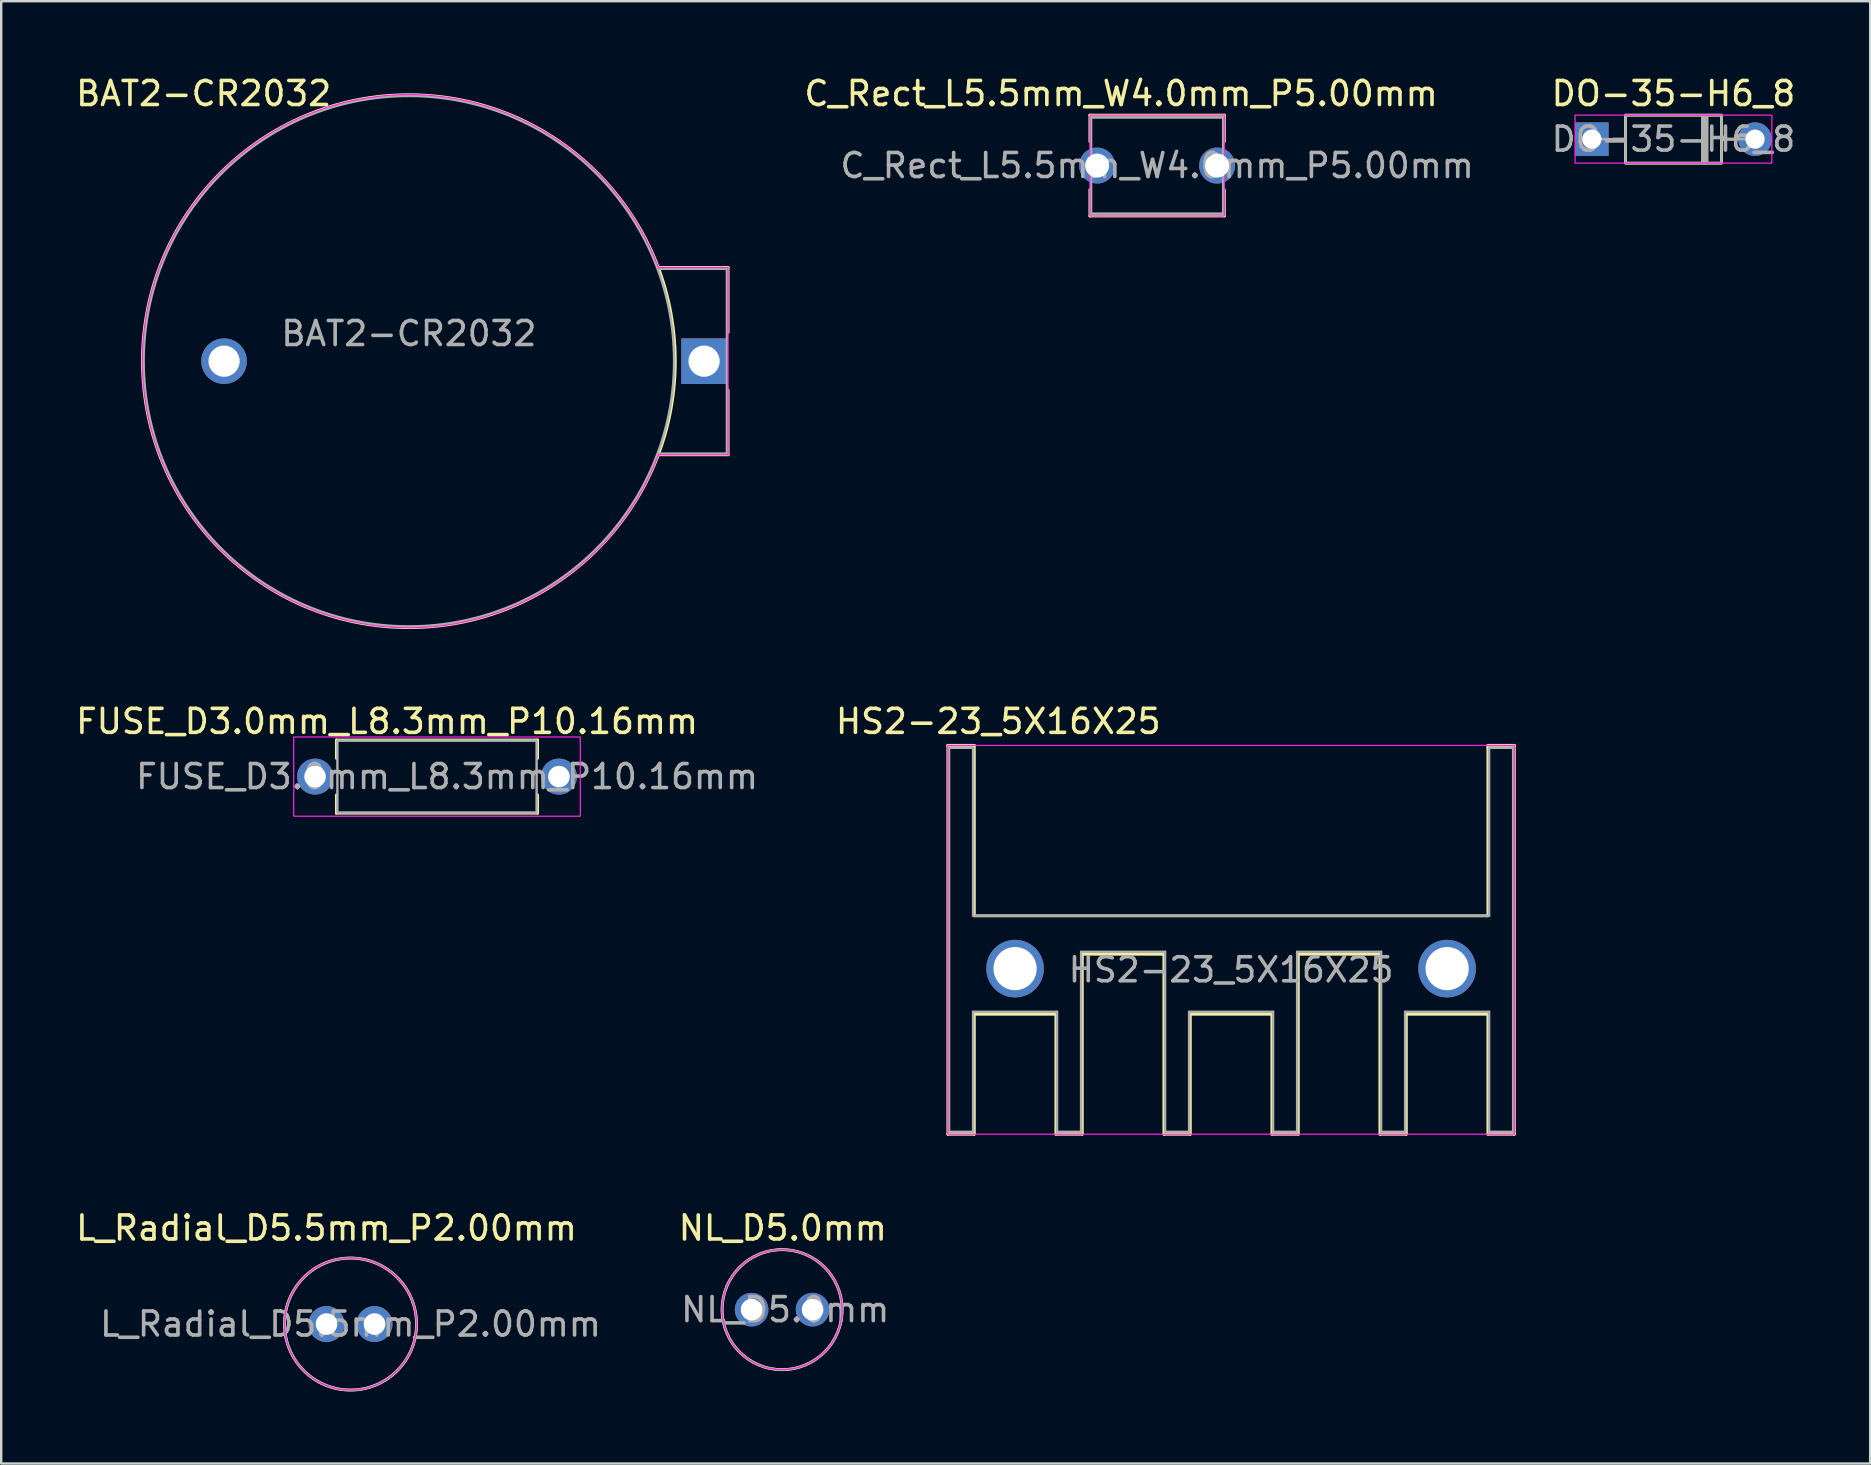
<source format=kicad_pcb>
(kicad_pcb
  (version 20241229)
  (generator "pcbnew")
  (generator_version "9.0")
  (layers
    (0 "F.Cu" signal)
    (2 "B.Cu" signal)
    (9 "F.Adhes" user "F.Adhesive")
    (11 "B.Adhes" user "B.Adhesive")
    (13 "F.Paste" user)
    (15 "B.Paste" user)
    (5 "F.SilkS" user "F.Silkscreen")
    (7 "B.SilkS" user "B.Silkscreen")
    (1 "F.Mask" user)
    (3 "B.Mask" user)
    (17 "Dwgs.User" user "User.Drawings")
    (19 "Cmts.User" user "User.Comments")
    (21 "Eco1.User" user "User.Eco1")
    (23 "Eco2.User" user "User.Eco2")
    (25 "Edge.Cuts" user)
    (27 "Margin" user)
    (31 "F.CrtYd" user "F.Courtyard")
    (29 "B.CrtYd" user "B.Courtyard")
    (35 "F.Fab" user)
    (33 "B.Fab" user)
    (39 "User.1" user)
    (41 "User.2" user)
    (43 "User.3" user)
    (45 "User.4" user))
  (footprint "DO-35-H6_8"
    (layer "F.Cu")
    (at 66.672 2.748)
    (property "Reference" "DO-35-H6_8" (at 0 -1.9 0) (unlocked yes) (layer "F.SilkS") (effects (font (size 1 1) (thickness 0.15))))
    (attr through_hole)
    (fp_line (start -2 0) (end -2.5 0) (stroke (width 0.12) (type solid)) (layer "F.SilkS"))
    (fp_line (start 1.3 -0.9) (end 1.3 0.9) (stroke (width 0.3) (type solid)) (layer "F.SilkS"))
    (fp_line (start 2 0) (end 2.5 0) (stroke (width 0.12) (type solid)) (layer "F.SilkS"))
    (fp_rect (start -2 -1) (end 2 1) (stroke (width 0.12) (type solid)) (fill no) (layer "F.SilkS"))
    (fp_rect (start -4.1 -1) (end 4.1 1) (stroke (width 0.05) (type solid)) (fill no) (layer "F.CrtYd"))
    (fp_line (start -2 0) (end -3.4 0) (stroke (width 0.1) (type solid)) (layer "F.Fab"))
    (fp_line (start 1.3 -0.9) (end 1.3 0.9) (stroke (width 0.3) (type solid)) (layer "F.Fab"))
    (fp_line (start 2 0) (end 3.4 0) (stroke (width 0.1) (type solid)) (layer "F.Fab"))
    (fp_rect (start -2 -1) (end 2 1) (stroke (width 0.1) (type solid)) (fill no) (layer "F.Fab"))
    (fp_text user "${REFERENCE}" (at 0 0 0) (unlocked yes) (layer "F.Fab") (effects (font (size 1 1) (thickness 0.15))))
    (pad "1" thru_hole circle (at 3.4 0) (size 1.4 1.4) (drill 0.8) (layers "*.Cu" "*.Mask") (remove_unused_layers yes) (keep_end_layers yes) (zone_layer_connections))
    (pad "2" thru_hole rect (at -3.4 0) (size 1.4 1.4) (drill 0.8) (layers "*.Cu" "*.Mask") (remove_unused_layers yes) (keep_end_layers yes) (zone_layer_connections)))
  (footprint "BAT2-CR2032"
    (layer "F.Cu")
    (at 13.985 11.998)
    (property "Reference" "BAT2-CR2032" (at -8.55 -11.15 0) (unlocked yes) (layer "F.SilkS") (effects (font (size 1 1) (thickness 0.15))))
    (attr through_hole)
    (fp_line (start 10.4 -3.9) (end 13.3 -3.9) (stroke (width 0.12) (type solid)) (layer "F.SilkS"))
    (fp_line (start 13.3 -3.9) (end 13.3 -1.2) (stroke (width 0.12) (type solid)) (layer "F.SilkS"))
    (fp_line (start 13.3 3.9) (end 10.4 3.9) (stroke (width 0.12) (type solid)) (layer "F.SilkS"))
    (fp_line (start 13.3 3.9) (end 13.3 1.2) (stroke (width 0.12) (type solid)) (layer "F.SilkS"))
    (fp_circle (center 0 0) (end 11.1 0) (stroke (width 0.12) (type solid)) (fill no) (layer "F.SilkS"))
    (fp_line (start 10.4 -3.9) (end 13.3 -3.9) (stroke (width 0.05) (type solid)) (layer "F.CrtYd"))
    (fp_line (start 13.3 -3.9) (end 13.3 3.9) (stroke (width 0.05) (type solid)) (layer "F.CrtYd"))
    (fp_line (start 13.3 3.9) (end 10.4 3.9) (stroke (width 0.05) (type solid)) (layer "F.CrtYd"))
    (fp_arc (start 10.399999 3.9) (mid -11.107204 0) (end 10.399999 -3.9) (stroke (width 0.05) (type solid)) (layer "F.CrtYd"))
    (fp_line (start 13.25 -3.85) (end 10.4 -3.85) (stroke (width 0.1) (type solid)) (layer "F.Fab"))
    (fp_line (start 13.25 -3.85) (end 13.25 3.85) (stroke (width 0.1) (type solid)) (layer "F.Fab"))
    (fp_line (start 13.25 3.85) (end 10.4 3.85) (stroke (width 0.1) (type solid)) (layer "F.Fab"))
    (fp_circle (center 0 0) (end 11.05 0) (stroke (width 0.1) (type solid)) (fill no) (layer "F.Fab"))
    (fp_text user "${REFERENCE}" (at 0 -1.15 0) (unlocked yes) (layer "F.Fab") (effects (font (size 1 1) (thickness 0.15))))
    (pad "1" thru_hole rect (at 12.3 0) (size 1.9 1.9) (drill 1.3) (layers "*.Cu" "*.Mask") (remove_unused_layers yes) (keep_end_layers yes) (zone_layer_connections))
    (pad "2" thru_hole circle (at -7.7 0) (size 1.9 1.9) (drill 1.3) (layers "*.Cu" "*.Mask") (remove_unused_layers yes) (keep_end_layers yes) (zone_layer_connections)))
  (footprint "NL_D5.0mm"
    (layer "F.Cu")
    (at 28.265 51.515)
    (property "Reference" "NL_D5.0mm" (at 1.3 -3.4 0) (unlocked yes) (layer "F.SilkS") (effects (font (size 1 1) (thickness 0.15))))
    (attr through_hole)
    (fp_circle (center 1.27 0) (end 3.77 0) (stroke (width 0.12) (type solid)) (fill no) (layer "F.SilkS"))
    (fp_circle (center 1.27 0) (end 3.77 0) (stroke (width 0.05) (type solid)) (fill no) (layer "F.CrtYd"))
    (fp_circle (center 1.27 0) (end 3.77 0) (stroke (width 0.1) (type solid)) (fill no) (layer "F.Fab"))
    (fp_text user "${REFERENCE}" (at 1.4 0 0) (unlocked yes) (layer "F.Fab") (effects (font (size 1 1) (thickness 0.15))))
    (pad "1" thru_hole circle (at 0 0) (size 1.4 1.4) (drill 0.9) (layers "*.Cu" "*.Mask") (remove_unused_layers yes) (keep_end_layers yes) (zone_layer_connections))
    (pad "2" thru_hole circle (at 2.54 0) (size 1.4 1.4) (drill 0.9) (layers "*.Cu" "*.Mask") (remove_unused_layers yes) (keep_end_layers yes) (zone_layer_connections)))
  (footprint "C_Rect_L5.5mm_W4.0mm_P5.00mm"
    (layer "F.Cu")
    (at 42.66 3.848)
    (property "Reference" "C_Rect_L5.5mm_W4.0mm_P5.00mm" (at 1 -3 0) (unlocked yes) (layer "F.SilkS") (effects (font (size 1 1) (thickness 0.15))))
    (attr through_hole)
    (fp_line (start -0.3 -2.1) (end 5.3 -2.1) (stroke (width 0.12) (type solid)) (layer "F.SilkS"))
    (fp_line (start -0.3 -1) (end -0.3 -2.1) (stroke (width 0.12) (type solid)) (layer "F.SilkS"))
    (fp_line (start -0.3 1) (end -0.3 2.1) (stroke (width 0.12) (type solid)) (layer "F.SilkS"))
    (fp_line (start -0.3 2.1) (end 5.3 2.1) (stroke (width 0.12) (type solid)) (layer "F.SilkS"))
    (fp_line (start 5.3 -2.1) (end 5.3 -1) (stroke (width 0.12) (type solid)) (layer "F.SilkS"))
    (fp_line (start 5.3 2.1) (end 5.3 1) (stroke (width 0.12) (type solid)) (layer "F.SilkS"))
    (fp_rect (start -0.3 -2.1) (end 5.3 2.1) (stroke (width 0.05) (type solid)) (fill no) (layer "F.CrtYd"))
    (fp_rect (start -0.25 -2) (end 5.25 2) (stroke (width 0.1) (type solid)) (fill no) (layer "F.Fab"))
    (fp_text user "${REFERENCE}" (at 2.5 0 0) (unlocked yes) (layer "F.Fab") (effects (font (size 1 1) (thickness 0.15))))
    (pad "1" thru_hole circle (at 0 0) (size 1.5 1.5) (drill 1) (layers "*.Cu" "*.Mask") (remove_unused_layers yes) (keep_end_layers yes) (zone_layer_connections))
    (pad "2" thru_hole circle (at 5 0) (size 1.5 1.5) (drill 1) (layers "*.Cu" "*.Mask") (remove_unused_layers yes) (keep_end_layers yes) (zone_layer_connections)))
  (footprint "HS2-23_5X16X25"
    (layer "F.Cu")
    (at 48.242 37.306)
    (property "Reference" "HS2-23_5X16X25" (at -9.7 -10.3 0) (unlocked yes) (layer "F.SilkS") (effects (font (size 1 1) (thickness 0.15))))
    (attr through_hole)
    (fp_line (start -11.8 -9.3) (end -10.7 -9.3) (stroke (width 0.12) (type solid)) (layer "F.SilkS"))
    (fp_line (start -11.8 6.9) (end -11.8 -9.3) (stroke (width 0.12) (type solid)) (layer "F.SilkS"))
    (fp_line (start -10.7 -9.3) (end -10.7 -2.2) (stroke (width 0.12) (type solid)) (layer "F.SilkS"))
    (fp_line (start -10.7 -2.2) (end 10.7 -2.2) (stroke (width 0.12) (type solid)) (layer "F.SilkS"))
    (fp_line (start -10.7 1.9) (end -10.7 6.9) (stroke (width 0.12) (type solid)) (layer "F.SilkS"))
    (fp_line (start -10.7 6.9) (end -11.8 6.9) (stroke (width 0.12) (type solid)) (layer "F.SilkS"))
    (fp_line (start -7.3 1.9) (end -10.7 1.9) (stroke (width 0.12) (type solid)) (layer "F.SilkS"))
    (fp_line (start -7.3 6.9) (end -7.3 1.9) (stroke (width 0.12) (type solid)) (layer "F.SilkS"))
    (fp_line (start -6.2 -0.6) (end -6.2 6.9) (stroke (width 0.12) (type solid)) (layer "F.SilkS"))
    (fp_line (start -6.2 6.9) (end -7.3 6.9) (stroke (width 0.12) (type solid)) (layer "F.SilkS"))
    (fp_line (start -2.8 -0.6) (end -6.2 -0.6) (stroke (width 0.12) (type solid)) (layer "F.SilkS"))
    (fp_line (start -2.8 6.9) (end -2.8 -0.6) (stroke (width 0.12) (type solid)) (layer "F.SilkS"))
    (fp_line (start -1.7 1.9) (end -1.7 6.9) (stroke (width 0.12) (type solid)) (layer "F.SilkS"))
    (fp_line (start -1.7 6.9) (end -2.8 6.9) (stroke (width 0.12) (type solid)) (layer "F.SilkS"))
    (fp_line (start 1.7 1.9) (end -1.7 1.9) (stroke (width 0.12) (type solid)) (layer "F.SilkS"))
    (fp_line (start 1.7 6.9) (end 1.7 1.9) (stroke (width 0.12) (type solid)) (layer "F.SilkS"))
    (fp_line (start 2.8 -0.6) (end 2.8 6.9) (stroke (width 0.12) (type solid)) (layer "F.SilkS"))
    (fp_line (start 2.8 6.9) (end 1.7 6.9) (stroke (width 0.12) (type solid)) (layer "F.SilkS"))
    (fp_line (start 6.2 -0.6) (end 2.8 -0.6) (stroke (width 0.12) (type solid)) (layer "F.SilkS"))
    (fp_line (start 6.2 6.9) (end 6.2 -0.6) (stroke (width 0.12) (type solid)) (layer "F.SilkS"))
    (fp_line (start 7.3 1.9) (end 7.3 6.9) (stroke (width 0.12) (type solid)) (layer "F.SilkS"))
    (fp_line (start 7.3 6.9) (end 6.2 6.9) (stroke (width 0.12) (type solid)) (layer "F.SilkS"))
    (fp_line (start 10.7 -9.3) (end 10.7 -9.2) (stroke (width 0.12) (type solid)) (layer "F.SilkS"))
    (fp_line (start 10.7 -9.3) (end 11.8 -9.3) (stroke (width 0.12) (type solid)) (layer "F.SilkS"))
    (fp_line (start 10.7 -2.2) (end 10.7 -9.2) (stroke (width 0.12) (type solid)) (layer "F.SilkS"))
    (fp_line (start 10.7 1.9) (end 7.3 1.9) (stroke (width 0.12) (type solid)) (layer "F.SilkS"))
    (fp_line (start 10.7 6.9) (end 10.7 1.9) (stroke (width 0.12) (type solid)) (layer "F.SilkS"))
    (fp_line (start 11.8 -9.3) (end 11.8 6.9) (stroke (width 0.12) (type solid)) (layer "F.SilkS"))
    (fp_line (start 11.8 6.9) (end 10.7 6.9) (stroke (width 0.12) (type solid)) (layer "F.SilkS"))
    (fp_rect (start -11.8 -9.3) (end 11.8 6.9) (stroke (width 0.05) (type solid)) (fill no) (layer "F.CrtYd"))
    (fp_line (start -11.75 -9.2) (end -11.75 6.8) (stroke (width 0.1) (type solid)) (layer "F.Fab"))
    (fp_line (start -11.75 6.8) (end -10.75 6.8) (stroke (width 0.1) (type solid)) (layer "F.Fab"))
    (fp_line (start -10.75 -9.2) (end -11.75 -9.2) (stroke (width 0.1) (type solid)) (layer "F.Fab"))
    (fp_line (start -10.75 -2.2) (end -10.75 -9.2) (stroke (width 0.1) (type solid)) (layer "F.Fab"))
    (fp_line (start -10.75 -2.2) (end 10.75 -2.2) (stroke (width 0.1) (type solid)) (layer "F.Fab"))
    (fp_line (start -10.75 1.8) (end -7.25 1.8) (stroke (width 0.1) (type solid)) (layer "F.Fab"))
    (fp_line (start -10.75 6.8) (end -10.75 1.8) (stroke (width 0.1) (type solid)) (layer "F.Fab"))
    (fp_line (start -7.25 1.8) (end -7.25 6.8) (stroke (width 0.1) (type solid)) (layer "F.Fab"))
    (fp_line (start -7.25 6.8) (end -6.25 6.8) (stroke (width 0.1) (type solid)) (layer "F.Fab"))
    (fp_line (start -6.25 -0.7) (end -2.75 -0.7) (stroke (width 0.1) (type solid)) (layer "F.Fab"))
    (fp_line (start -6.25 6.8) (end -6.25 -0.7) (stroke (width 0.1) (type solid)) (layer "F.Fab"))
    (fp_line (start -2.75 -0.7) (end -2.75 6.8) (stroke (width 0.1) (type solid)) (layer "F.Fab"))
    (fp_line (start -2.75 6.8) (end -1.75 6.8) (stroke (width 0.1) (type solid)) (layer "F.Fab"))
    (fp_line (start -1.75 1.8) (end 1.75 1.8) (stroke (width 0.1) (type solid)) (layer "F.Fab"))
    (fp_line (start -1.75 6.8) (end -1.75 1.8) (stroke (width 0.1) (type solid)) (layer "F.Fab"))
    (fp_line (start 1.75 1.8) (end 1.75 6.8) (stroke (width 0.1) (type solid)) (layer "F.Fab"))
    (fp_line (start 1.75 6.8) (end 2.75 6.8) (stroke (width 0.1) (type solid)) (layer "F.Fab"))
    (fp_line (start 2.75 -0.7) (end 6.25 -0.7) (stroke (width 0.1) (type solid)) (layer "F.Fab"))
    (fp_line (start 2.75 6.8) (end 2.75 -0.7) (stroke (width 0.1) (type solid)) (layer "F.Fab"))
    (fp_line (start 6.25 -0.7) (end 6.25 6.8) (stroke (width 0.1) (type solid)) (layer "F.Fab"))
    (fp_line (start 6.25 6.8) (end 7.25 6.8) (stroke (width 0.1) (type solid)) (layer "F.Fab"))
    (fp_line (start 7.25 1.8) (end 10.75 1.8) (stroke (width 0.1) (type solid)) (layer "F.Fab"))
    (fp_line (start 7.25 6.8) (end 7.25 1.8) (stroke (width 0.1) (type solid)) (layer "F.Fab"))
    (fp_line (start 10.75 -9.2) (end 11.75 -9.2) (stroke (width 0.1) (type solid)) (layer "F.Fab"))
    (fp_line (start 10.75 -2.2) (end 10.75 -9.2) (stroke (width 0.1) (type solid)) (layer "F.Fab"))
    (fp_line (start 10.75 1.8) (end 10.75 6.8) (stroke (width 0.1) (type solid)) (layer "F.Fab"))
    (fp_line (start 10.75 6.8) (end 11.75 6.8) (stroke (width 0.1) (type solid)) (layer "F.Fab"))
    (fp_line (start 11.75 -9.2) (end 11.75 6.8) (stroke (width 0.1) (type solid)) (layer "F.Fab"))
    (fp_text user "${REFERENCE}" (at 0 0.05 0) (unlocked yes) (layer "F.Fab") (effects (font (size 1 1) (thickness 0.15))))
    (pad "1" thru_hole circle (at -9 0) (size 2.4 2.4) (drill 1.8) (layers "*.Cu" "*.Mask") (remove_unused_layers yes) (keep_end_layers yes) (zone_layer_connections))
    (pad "2" thru_hole circle (at 9 0) (size 2.4 2.4) (drill 1.8) (layers "*.Cu" "*.Mask") (remove_unused_layers yes) (keep_end_layers yes) (zone_layer_connections)))
  (footprint "L_Radial_D5.5mm_P2.00mm"
    (layer "F.Cu")
    (at 11.554 52.115)
    (property "Reference" "L_Radial_D5.5mm_P2.00mm" (at -1 -4 0) (unlocked yes) (layer "F.SilkS") (effects (font (size 1 1) (thickness 0.15))))
    (attr through_hole)
    (fp_circle (center 0 0) (end 2.75 0) (stroke (width 0.12) (type solid)) (fill no) (layer "F.SilkS"))
    (fp_circle (center 0 0) (end 2.75 0) (stroke (width 0.05) (type solid)) (fill no) (layer "F.CrtYd"))
    (fp_circle (center 0 0) (end 2.75 0) (stroke (width 0.1) (type solid)) (fill no) (layer "F.Fab"))
    (fp_text user "${REFERENCE}" (at 0 0 0) (unlocked yes) (layer "F.Fab") (effects (font (size 1 1) (thickness 0.15))))
    (pad "1" thru_hole circle (at -1 0) (size 1.5 1.5) (drill 0.9) (layers "*.Cu" "*.Mask") (remove_unused_layers yes) (keep_end_layers yes) (zone_layer_connections))
    (pad "2" thru_hole circle (at 1 0) (size 1.5 1.5) (drill 0.9) (layers "*.Cu" "*.Mask")))
  (footprint "FUSE_D3.0mm_L8.3mm_P10.16mm"
    (layer "F.Cu")
    (at 10.077 29.306)
    (property "Reference" "FUSE_D3.0mm_L8.3mm_P10.16mm" (at 3 -2.3 0) (unlocked yes) (layer "F.SilkS") (effects (font (size 1 1) (thickness 0.15))))
    (attr through_hole)
    (fp_line (start 0.889 -1.524) (end 9.271 -1.524) (stroke (width 0.12) (type solid)) (layer "F.SilkS"))
    (fp_line (start 0.889 -0.762) (end 0.889 -1.524) (stroke (width 0.12) (type solid)) (layer "F.SilkS"))
    (fp_line (start 0.889 0.762) (end 0.889 1.524) (stroke (width 0.12) (type solid)) (layer "F.SilkS"))
    (fp_line (start 0.889 1.524) (end 9.271 1.524) (stroke (width 0.12) (type solid)) (layer "F.SilkS"))
    (fp_line (start 9.271 -1.524) (end 9.271 -0.762) (stroke (width 0.12) (type solid)) (layer "F.SilkS"))
    (fp_line (start 9.271 1.524) (end 9.271 0.762) (stroke (width 0.12) (type solid)) (layer "F.SilkS"))
    (fp_rect (start -0.889 -1.651) (end 11.049 1.651) (stroke (width 0.05) (type solid)) (fill no) (layer "F.CrtYd"))
    (fp_rect (start 0.93 -1.5) (end 9.23 1.5) (stroke (width 0.1) (type solid)) (fill no) (layer "F.Fab"))
    (fp_text user "${REFERENCE}" (at 5.5 0 0) (unlocked yes) (layer "F.Fab") (effects (font (size 1 1) (thickness 0.15))))
    (pad "1" thru_hole circle (at 0 0) (size 1.5 1.5) (drill 0.9) (layers "*.Cu" "*.Mask") (remove_unused_layers yes) (keep_end_layers yes) (zone_layer_connections))
    (pad "2" thru_hole circle (at 10.16 0) (size 1.5 1.5) (drill 0.9) (layers "*.Cu" "*.Mask") (remove_unused_layers yes) (keep_end_layers yes) (zone_layer_connections)))
  (gr_rect
    (start -3 -3)
    (end 74.868 57.925)
    (stroke (width 0.1) (type default))
    (fill no)
    (layer "Edge.Cuts")))
</source>
